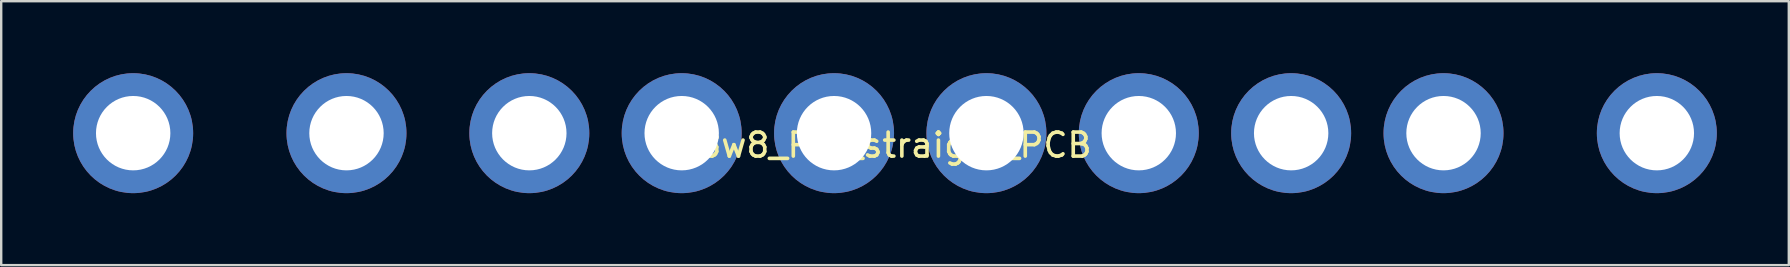
<source format=kicad_pcb>
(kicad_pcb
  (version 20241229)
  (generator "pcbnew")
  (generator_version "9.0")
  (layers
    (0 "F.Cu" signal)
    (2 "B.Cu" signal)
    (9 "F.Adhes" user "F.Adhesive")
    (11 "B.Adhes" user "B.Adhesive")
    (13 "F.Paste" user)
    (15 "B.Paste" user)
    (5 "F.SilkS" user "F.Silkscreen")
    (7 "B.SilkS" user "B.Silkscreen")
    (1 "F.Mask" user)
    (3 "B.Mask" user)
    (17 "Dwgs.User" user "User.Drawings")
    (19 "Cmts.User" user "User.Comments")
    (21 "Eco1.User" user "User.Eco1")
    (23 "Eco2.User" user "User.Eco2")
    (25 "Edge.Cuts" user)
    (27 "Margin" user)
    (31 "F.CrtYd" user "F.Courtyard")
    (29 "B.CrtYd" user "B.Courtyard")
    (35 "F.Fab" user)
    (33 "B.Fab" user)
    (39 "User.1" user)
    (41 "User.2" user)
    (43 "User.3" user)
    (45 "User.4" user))
  (footprint "8w8_Pin_straight_PCB"
    (layer "F.Cu")
    (at 34.25 2.5)
    (property "Reference" "8w8_Pin_straight_PCB" (at 0 0.5 0) (layer "F.SilkS") (effects (font (size 1 1) (thickness 0.15))))
    (attr through_hole)
    (pad "0" thru_hole circle (at -31.75 0) (size 5 5) (drill 3.1) (layers "*.Cu" "*.Mask"))
    (pad "0" thru_hole circle (at 31.75 0) (size 5 5) (drill 3.1) (layers "*.Cu" "*.Mask"))
    (pad "A1" thru_hole circle (at -22.86 0) (size 5 5) (drill 3.1) (layers "*.Cu" "*.Mask"))
    (pad "A2" thru_hole circle (at -15.24 0) (size 5 5) (drill 3.1) (layers "*.Cu" "*.Mask"))
    (pad "A3" thru_hole circle (at -8.89 0) (size 5 5) (drill 3.1) (layers "*.Cu" "*.Mask"))
    (pad "A4" thru_hole circle (at -2.54 0) (size 5 5) (drill 3.1) (layers "*.Cu" "*.Mask"))
    (pad "A5" thru_hole circle (at 3.81 0) (size 5 5) (drill 3.1) (layers "*.Cu" "*.Mask"))
    (pad "A6" thru_hole circle (at 10.16 0) (size 5 5) (drill 3.1) (layers "*.Cu" "*.Mask"))
    (pad "A7" thru_hole circle (at 16.51 0) (size 5 5) (drill 3.1) (layers "*.Cu" "*.Mask"))
    (pad "A8" thru_hole circle (at 22.86 0) (size 5 5) (drill 3.1) (layers "*.Cu" "*.Mask")))
  (gr_rect
    (start -3 -3)
    (end 71.5 8)
    (stroke (width 0.1) (type default))
    (fill no)
    (layer "Edge.Cuts")))
</source>
